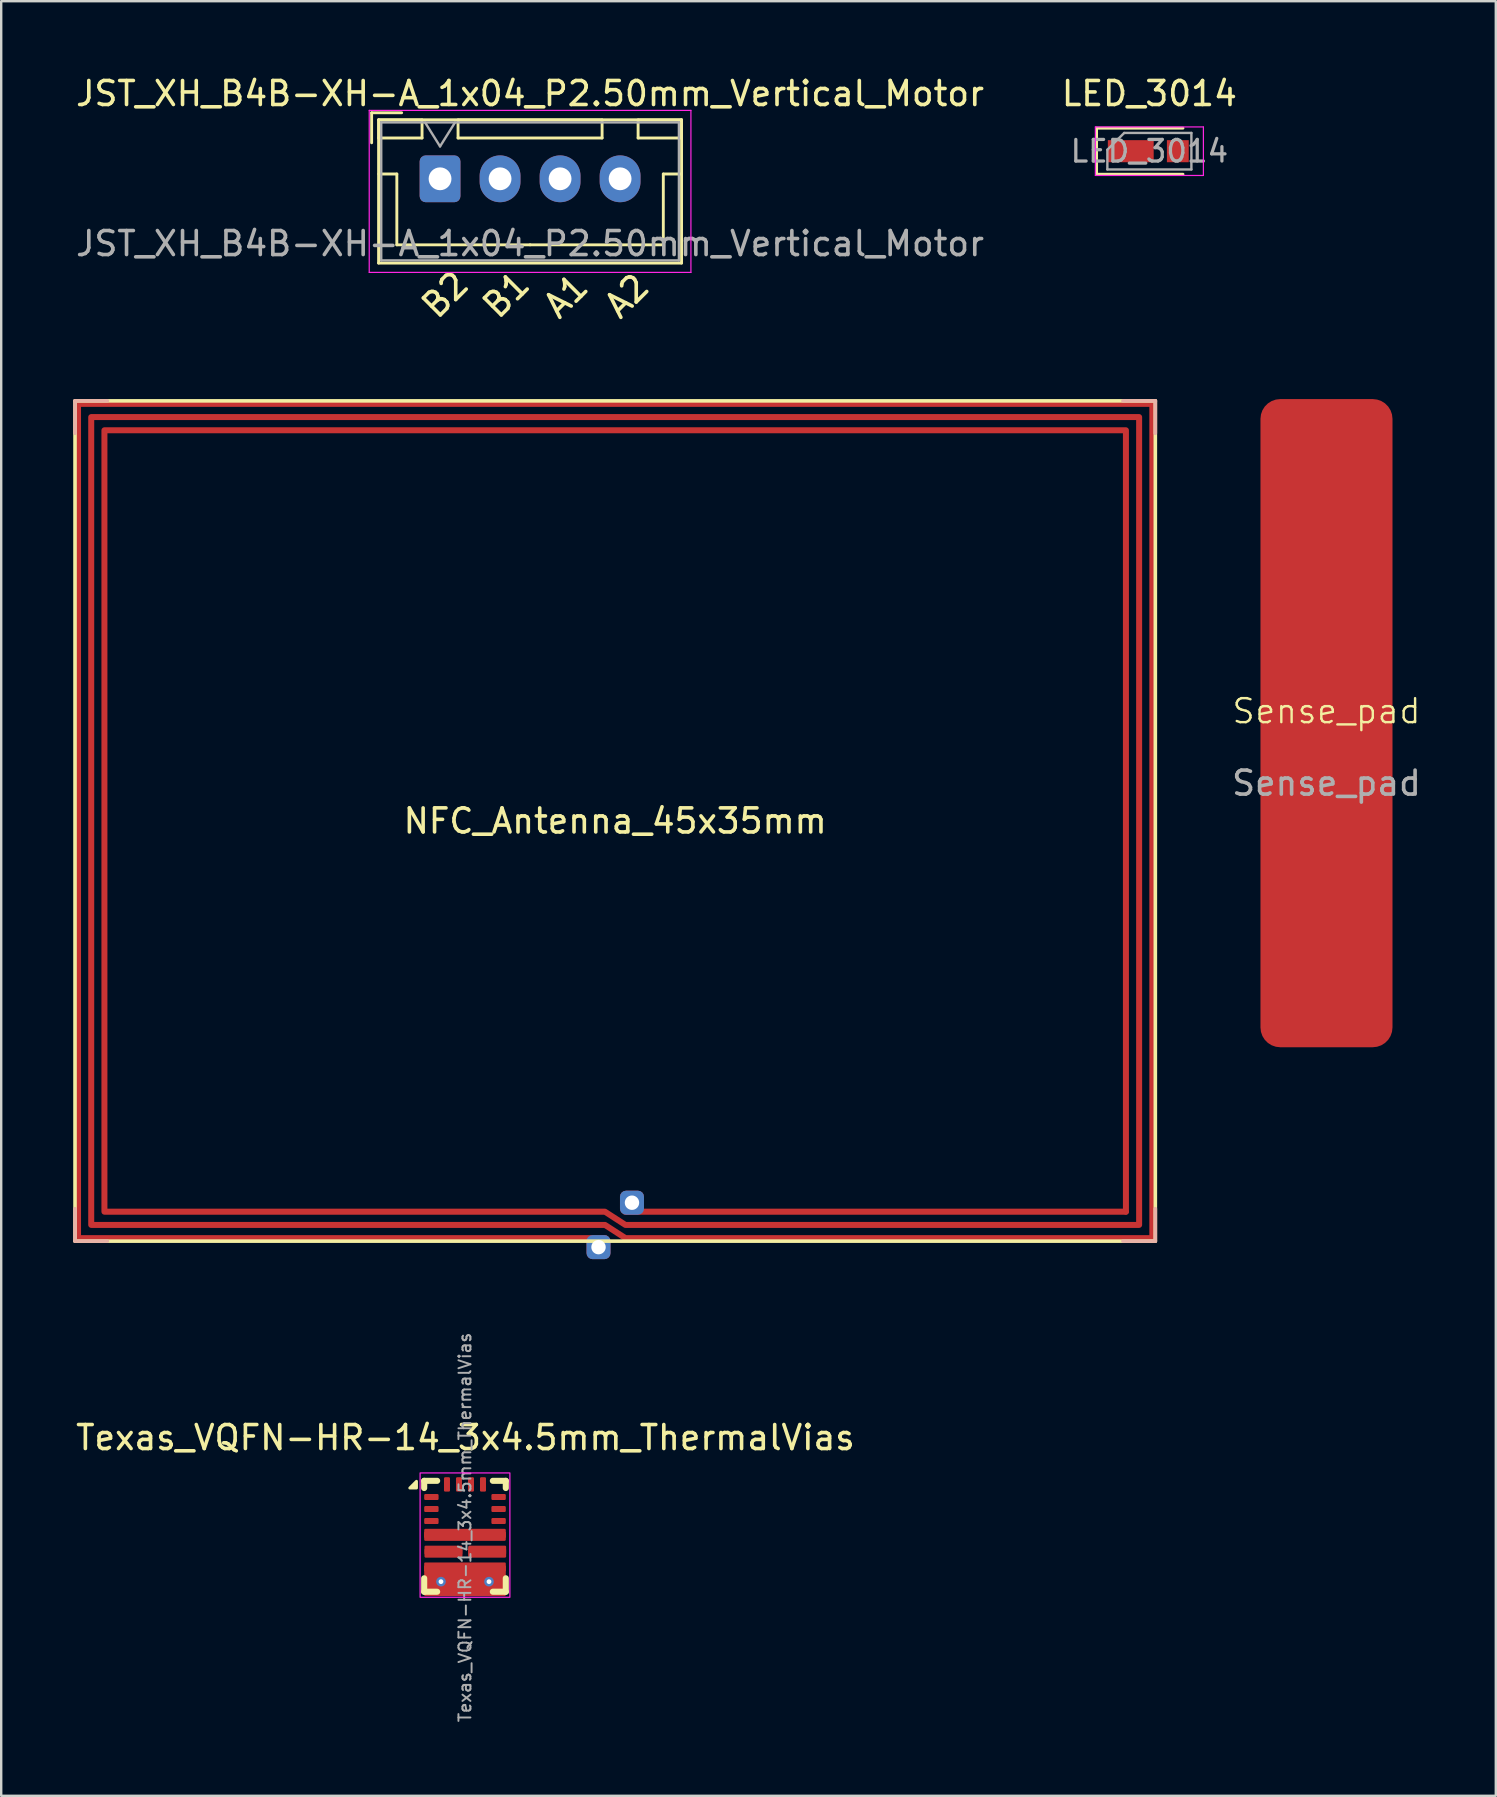
<source format=kicad_pcb>
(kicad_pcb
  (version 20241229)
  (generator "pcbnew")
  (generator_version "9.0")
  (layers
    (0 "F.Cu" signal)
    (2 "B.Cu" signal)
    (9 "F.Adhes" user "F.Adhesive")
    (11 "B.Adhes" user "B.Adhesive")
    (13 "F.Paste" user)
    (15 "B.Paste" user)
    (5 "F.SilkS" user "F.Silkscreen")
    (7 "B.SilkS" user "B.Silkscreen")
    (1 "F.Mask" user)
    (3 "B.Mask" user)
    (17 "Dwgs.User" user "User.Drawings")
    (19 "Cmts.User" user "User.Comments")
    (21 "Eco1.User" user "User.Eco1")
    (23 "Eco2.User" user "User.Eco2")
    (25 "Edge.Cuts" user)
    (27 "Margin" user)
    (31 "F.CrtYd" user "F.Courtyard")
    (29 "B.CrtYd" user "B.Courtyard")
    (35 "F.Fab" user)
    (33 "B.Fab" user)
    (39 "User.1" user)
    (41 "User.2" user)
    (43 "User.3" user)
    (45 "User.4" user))
  (footprint "JST_XH_B4B-XH-A_1x04_P2.50mm_Vertical_Motor"
    (layer "F.Cu")
    (at 15.28 4.398)
    (property "Reference" "JST_XH_B4B-XH-A_1x04_P2.50mm_Vertical_Motor" (at 3.75 -3.55 0) (layer "F.SilkS") (effects (font (size 1 1) (thickness 0.15))))
    (attr through_hole)
    (fp_line (start -2.85 -2.75) (end -2.85 -1.5) (stroke (width 0.12) (type solid)) (layer "F.SilkS"))
    (fp_line (start -2.56 -2.46) (end -2.56 3.51) (stroke (width 0.12) (type solid)) (layer "F.SilkS"))
    (fp_line (start -2.56 3.51) (end 10.06 3.51) (stroke (width 0.12) (type solid)) (layer "F.SilkS"))
    (fp_line (start -2.55 -2.45) (end -2.55 -1.7) (stroke (width 0.12) (type solid)) (layer "F.SilkS"))
    (fp_line (start -2.55 -1.7) (end -0.75 -1.7) (stroke (width 0.12) (type solid)) (layer "F.SilkS"))
    (fp_line (start -2.55 -0.2) (end -1.8 -0.2) (stroke (width 0.12) (type solid)) (layer "F.SilkS"))
    (fp_line (start -1.8 -0.2) (end -1.8 2.75) (stroke (width 0.12) (type solid)) (layer "F.SilkS"))
    (fp_line (start -1.8 2.75) (end 3.75 2.75) (stroke (width 0.12) (type solid)) (layer "F.SilkS"))
    (fp_line (start -1.6 -2.75) (end -2.85 -2.75) (stroke (width 0.12) (type solid)) (layer "F.SilkS"))
    (fp_line (start -0.75 -2.45) (end -2.55 -2.45) (stroke (width 0.12) (type solid)) (layer "F.SilkS"))
    (fp_line (start -0.75 -1.7) (end -0.75 -2.45) (stroke (width 0.12) (type solid)) (layer "F.SilkS"))
    (fp_line (start 0.75 -2.45) (end 0.75 -1.7) (stroke (width 0.12) (type solid)) (layer "F.SilkS"))
    (fp_line (start 0.75 -1.7) (end 6.75 -1.7) (stroke (width 0.12) (type solid)) (layer "F.SilkS"))
    (fp_line (start 6.75 -2.45) (end 0.75 -2.45) (stroke (width 0.12) (type solid)) (layer "F.SilkS"))
    (fp_line (start 6.75 -1.7) (end 6.75 -2.45) (stroke (width 0.12) (type solid)) (layer "F.SilkS"))
    (fp_line (start 8.25 -2.45) (end 8.25 -1.7) (stroke (width 0.12) (type solid)) (layer "F.SilkS"))
    (fp_line (start 8.25 -1.7) (end 10.05 -1.7) (stroke (width 0.12) (type solid)) (layer "F.SilkS"))
    (fp_line (start 9.3 -0.2) (end 9.3 2.75) (stroke (width 0.12) (type solid)) (layer "F.SilkS"))
    (fp_line (start 9.3 2.75) (end 3.75 2.75) (stroke (width 0.12) (type solid)) (layer "F.SilkS"))
    (fp_line (start 10.05 -2.45) (end 8.25 -2.45) (stroke (width 0.12) (type solid)) (layer "F.SilkS"))
    (fp_line (start 10.05 -1.7) (end 10.05 -2.45) (stroke (width 0.12) (type solid)) (layer "F.SilkS"))
    (fp_line (start 10.05 -0.2) (end 9.3 -0.2) (stroke (width 0.12) (type solid)) (layer "F.SilkS"))
    (fp_line (start 10.06 -2.46) (end -2.56 -2.46) (stroke (width 0.12) (type solid)) (layer "F.SilkS"))
    (fp_line (start 10.06 3.51) (end 10.06 -2.46) (stroke (width 0.12) (type solid)) (layer "F.SilkS"))
    (fp_line (start -2.95 -2.85) (end -2.95 3.9) (stroke (width 0.05) (type solid)) (layer "F.CrtYd"))
    (fp_line (start -2.95 3.9) (end 10.45 3.9) (stroke (width 0.05) (type solid)) (layer "F.CrtYd"))
    (fp_line (start 10.45 -2.85) (end -2.95 -2.85) (stroke (width 0.05) (type solid)) (layer "F.CrtYd"))
    (fp_line (start 10.45 3.9) (end 10.45 -2.85) (stroke (width 0.05) (type solid)) (layer "F.CrtYd"))
    (fp_line (start -2.45 -2.35) (end -2.45 3.4) (stroke (width 0.1) (type solid)) (layer "F.Fab"))
    (fp_line (start -2.45 3.4) (end 9.95 3.4) (stroke (width 0.1) (type solid)) (layer "F.Fab"))
    (fp_line (start -0.625 -2.35) (end 0 -1.35) (stroke (width 0.1) (type solid)) (layer "F.Fab"))
    (fp_line (start 0 -1.35) (end 0.625 -2.35) (stroke (width 0.1) (type solid)) (layer "F.Fab"))
    (fp_line (start 9.95 -2.35) (end -2.45 -2.35) (stroke (width 0.1) (type solid)) (layer "F.Fab"))
    (fp_line (start 9.95 3.4) (end 9.95 -2.35) (stroke (width 0.1) (type solid)) (layer "F.Fab"))
    (fp_text user "A1" (at 4.947 6 45) (unlocked yes) (layer "F.SilkS") (effects (font (size 1 1) (thickness 0.15)) (justify left bottom)))
    (fp_text user "B2" (at -0.133 6 45) (unlocked yes) (layer "F.SilkS") (effects (font (size 1 1) (thickness 0.15)) (justify left bottom)))
    (fp_text user "B1" (at 2.407 6 45) (unlocked yes) (layer "F.SilkS") (effects (font (size 1 1) (thickness 0.15)) (justify left bottom)))
    (fp_text user "A2" (at 7.487 6 45) (unlocked yes) (layer "F.SilkS") (effects (font (size 1 1) (thickness 0.15)) (justify left bottom)))
    (fp_text user "${REFERENCE}" (at 3.75 2.7 0) (layer "F.Fab") (effects (font (size 1 1) (thickness 0.15))))
    (pad "1" thru_hole roundrect (at 0 0) (size 1.7 1.95) (drill 0.95) (layers "*.Cu" "*.Mask") (roundrect_rratio 0.147))
    (pad "2" thru_hole oval (at 2.5 0) (size 1.7 1.95) (drill 0.95) (layers "*.Cu" "*.Mask"))
    (pad "3" thru_hole oval (at 5 0) (size 1.7 1.95) (drill 0.95) (layers "*.Cu" "*.Mask"))
    (pad "4" thru_hole oval (at 7.5 0) (size 1.7 1.95) (drill 0.95) (layers "*.Cu" "*.Mask")))
  (footprint "Texas_VQFN-HR-14_3x4.5mm_ThermalVias"
    (layer "F.Cu")
    (at 16.319 60.933)
    (property "Reference" "Texas_VQFN-HR-14_3x4.5mm_ThermalVias" (at 0.02 -4.1 0) (layer "F.SilkS") (effects (font (size 1 1) (thickness 0.15))))
    (attr smd)
    (fp_line (start -1.7 -2.3) (end -1.16 -2.3) (stroke (width 0.254) (type default)) (layer "F.SilkS"))
    (fp_line (start -1.7 -2) (end -1.7 -2.3) (stroke (width 0.254) (type default)) (layer "F.SilkS"))
    (fp_line (start -1.7 2.32) (end -1.7 1.76) (stroke (width 0.254) (type default)) (layer "F.SilkS"))
    (fp_line (start -1.16 2.32) (end -1.7 2.32) (stroke (width 0.254) (type default)) (layer "F.SilkS"))
    (fp_line (start 1.16 -2.3) (end 1.7 -2.3) (stroke (width 0.254) (type default)) (layer "F.SilkS"))
    (fp_line (start 1.7 -2.3) (end 1.7 -2) (stroke (width 0.254) (type default)) (layer "F.SilkS"))
    (fp_line (start 1.7 1.76) (end 1.7 2.32) (stroke (width 0.254) (type default)) (layer "F.SilkS"))
    (fp_line (start 1.7 2.32) (end 1.16 2.32) (stroke (width 0.254) (type default)) (layer "F.SilkS"))
    (fp_poly (pts (xy -2.02 -2) (xy -2.3 -2) (xy -2.02 -2.28) (xy -2.02 -2)) (stroke (width 0.12) (type solid)) (fill yes) (layer "F.SilkS"))
    (fp_rect (start -1.87 -2.628) (end 1.87 2.551) (stroke (width 0.05) (type default)) (fill no) (layer "F.CrtYd"))
    (fp_poly (pts (xy -1.543 -2.19) (xy -1.501 -2.208) (xy -1.483 -2.25) (xy -1.501 -2.292) (xy -1.543 -2.31) (xy -1.585 -2.292) (xy -1.603 -2.25) (xy -1.585 -2.208)) (stroke (width 0.1) (type default)) (fill no) (layer "User.3"))
    (fp_text user "${REFERENCE}" (at 0 -0.358 90) (layer "F.Fab") (effects (font (size 0.5 0.5) (thickness 0.08))))
    (pad "1" smd roundrect (at -1.4 -1.625 270) (size 0.25 0.6) (layers "F.Cu" "F.Mask" "F.Paste") (roundrect_rratio 0.2))
    (pad "2" smd roundrect (at -1.4 -1.125 270) (size 0.25 0.6) (layers "F.Cu" "F.Mask" "F.Paste") (roundrect_rratio 0.2))
    (pad "3" smd roundrect (at -1.4 -0.625 270) (size 0.25 0.6) (layers "F.Cu" "F.Mask" "F.Paste") (roundrect_rratio 0.2))
    (pad "4" smd roundrect (at -0.913 -0.05) (size 1.575 0.25) (layers "F.Cu" "F.Paste") (roundrect_rratio 0.2))
    (pad "4" smd roundrect (at -0.738 -0.05) (size 1.225 0.4) (layers "F.Cu" "F.Paste") (roundrect_rratio 0.125))
    (pad "4" smd roundrect (at 0 -0.05) (size 2.7 0.4) (layers "F.Cu" "F.Mask") (roundrect_rratio 0.125))
    (pad "4" smd roundrect (at 0 -0.05) (size 3.4 0.25) (layers "F.Cu" "F.Mask") (roundrect_rratio 0.2))
    (pad "4" smd roundrect (at 0 -0.05) (size 3.4 0.5) (layers "F.Cu") (roundrect_rratio 0.1))
    (pad "4" smd roundrect (at 0.738 -0.05) (size 1.225 0.4) (layers "F.Cu" "F.Paste") (roundrect_rratio 0.125))
    (pad "4" smd roundrect (at 0.913 -0.05) (size 1.575 0.25) (layers "F.Cu" "F.Paste") (roundrect_rratio 0.2))
    (pad "5" smd roundrect (at -0.9 0.65) (size 1.575 0.25) (layers "F.Cu" "F.Mask" "F.Paste") (roundrect_rratio 0.2))
    (pad "5" smd roundrect (at -0.9 0.65) (size 1.575 0.5) (layers "F.Cu") (roundrect_rratio 0.1))
    (pad "5" smd roundrect (at -0.725 0.65) (size 1.225 0.4) (layers "F.Cu" "F.Mask" "F.Paste") (roundrect_rratio 0.125))
    (pad "6" thru_hole circle (at -1 1.9) (size 0.4 0.4) (drill 0.2) (property pad_prop_heatsink) (layers "*.Cu"))
    (pad "6" smd roundrect (at -0.913 1.35) (size 1.575 0.25) (layers "F.Cu" "F.Paste") (roundrect_rratio 0.2))
    (pad "6" smd roundrect (at -0.75 1.8) (size 0.25 1.3) (layers "F.Cu" "F.Mask") (roundrect_rratio 0.2))
    (pad "6" smd roundrect (at -0.75 2.1) (size 0.25 0.7) (layers "F.Cu" "F.Paste") (roundrect_rratio 0.1))
    (pad "6" smd roundrect (at -0.738 1.35) (size 1.225 0.4) (layers "F.Cu" "F.Paste") (roundrect_rratio 0.1))
    (pad "6" smd roundrect (at -0.25 1.8) (size 0.25 1.3) (layers "F.Cu" "F.Mask") (roundrect_rratio 0.2))
    (pad "6" smd roundrect (at -0.25 2.1) (size 0.25 0.7) (layers "F.Cu" "F.Paste") (roundrect_rratio 0.1))
    (pad "6" smd roundrect (at 0 1.35) (size 2.7 0.4) (layers "F.Cu" "F.Mask") (roundrect_rratio 0.125))
    (pad "6" smd roundrect (at 0 1.35) (size 3.4 0.25) (layers "F.Cu" "F.Mask") (roundrect_rratio 0.25))
    (pad "6" smd roundrect (at 0 1.8) (size 3.4 1.4) (property pad_prop_heatsink) (layers "F.Cu") (roundrect_rratio 0.031))
    (pad "6" smd roundrect (at 0.25 1.8) (size 0.25 1.3) (layers "F.Cu" "F.Mask") (roundrect_rratio 0.2))
    (pad "6" smd roundrect (at 0.25 2.1) (size 0.25 0.7) (layers "F.Cu" "F.Paste") (roundrect_rratio 0.1))
    (pad "6" smd roundrect (at 0.738 1.35) (size 1.225 0.4) (layers "F.Cu" "F.Paste") (roundrect_rratio 0.1))
    (pad "6" smd roundrect (at 0.75 1.8) (size 0.25 1.3) (layers "F.Cu" "F.Mask") (roundrect_rratio 0.2))
    (pad "6" smd roundrect (at 0.75 2.1) (size 0.25 0.7) (layers "F.Cu" "F.Paste") (roundrect_rratio 0.1))
    (pad "6" smd roundrect (at 0.913 1.35) (size 1.575 0.25) (layers "F.Cu" "F.Paste") (roundrect_rratio 0.2))
    (pad "6" thru_hole circle (at 1 1.9) (size 0.4 0.4) (drill 0.2) (property pad_prop_heatsink) (layers "*.Cu"))
    (pad "7" smd roundrect (at 0.751 0.65) (size 1.225 0.4) (layers "F.Cu" "F.Mask" "F.Paste") (roundrect_rratio 0.125))
    (pad "7" smd roundrect (at 0.926 0.65) (size 1.575 0.25) (layers "F.Cu" "F.Mask" "F.Paste") (roundrect_rratio 0.2))
    (pad "7" smd roundrect (at 0.926 0.65) (size 1.575 0.5) (layers "F.Cu") (roundrect_rratio 0.1))
    (pad "8" smd roundrect (at 1.4 -0.625 270) (size 0.25 0.6) (layers "F.Cu" "F.Mask" "F.Paste") (roundrect_rratio 0.2))
    (pad "9" smd roundrect (at 1.4 -1.125 270) (size 0.25 0.6) (layers "F.Cu" "F.Mask" "F.Paste") (roundrect_rratio 0.2))
    (pad "10" smd roundrect (at 1.4 -1.625 270) (size 0.25 0.6) (layers "F.Cu" "F.Mask" "F.Paste") (roundrect_rratio 0.2))
    (pad "11" smd roundrect (at 0.75 -2.15 90) (size 0.6 0.25) (layers "F.Cu" "F.Mask" "F.Paste") (roundrect_rratio 0.2))
    (pad "12" smd roundrect (at 0.25 -2.15 90) (size 0.6 0.25) (layers "F.Cu" "F.Mask" "F.Paste") (roundrect_rratio 0.2))
    (pad "13" smd roundrect (at -0.25 -2.15 90) (size 0.6 0.25) (layers "F.Cu" "F.Mask" "F.Paste") (roundrect_rratio 0.2))
    (pad "14" smd roundrect (at -0.75 -2.15 90) (size 0.6 0.25) (layers "F.Cu" "F.Mask" "F.Paste") (roundrect_rratio 0.2)))
  (footprint "LED_3014"
    (layer "F.Cu")
    (at 44.827 3.248)
    (property "Reference" "LED_3014" (at 0 -2.4 0) (layer "F.SilkS") (effects (font (size 1 1) (thickness 0.15))))
    (attr smd)
    (fp_line (start -2.2 -0.96) (end -2.2 0.96) (stroke (width 0.12) (type solid)) (layer "F.SilkS"))
    (fp_line (start 1.4 -0.96) (end -2.2 -0.96) (stroke (width 0.12) (type solid)) (layer "F.SilkS"))
    (fp_line (start 1.4 0.96) (end -2.2 0.96) (stroke (width 0.12) (type solid)) (layer "F.SilkS"))
    (fp_line (start -2.25 -1.01) (end 2.25 -1.01) (stroke (width 0.05) (type solid)) (layer "F.CrtYd"))
    (fp_line (start -2.25 1.01) (end -2.25 -1.01) (stroke (width 0.05) (type solid)) (layer "F.CrtYd"))
    (fp_line (start 2.25 -1.01) (end 2.25 1.01) (stroke (width 0.05) (type solid)) (layer "F.CrtYd"))
    (fp_line (start 2.25 1.01) (end -2.25 1.01) (stroke (width 0.05) (type solid)) (layer "F.CrtYd"))
    (fp_line (start -1.75 0.76) (end -1.75 -0.06) (stroke (width 0.1) (type solid)) (layer "F.Fab"))
    (fp_line (start -1.05 -0.76) (end -1.75 -0.06) (stroke (width 0.1) (type solid)) (layer "F.Fab"))
    (fp_line (start -1.05 -0.76) (end 1.75 -0.76) (stroke (width 0.1) (type solid)) (layer "F.Fab"))
    (fp_line (start 1.75 -0.76) (end 1.75 0.76) (stroke (width 0.1) (type solid)) (layer "F.Fab"))
    (fp_line (start 1.75 0.76) (end -1.75 0.76) (stroke (width 0.1) (type solid)) (layer "F.Fab"))
    (fp_text user "${REFERENCE}" (at 0 0 0) (layer "F.Fab") (effects (font (size 0.9 0.9) (thickness 0.135))))
    (pad "1" smd rect (at -0.775 0) (size 1.91 0.92) (layers "F.Cu" "F.Mask" "F.Paste"))
    (pad "2" smd rect (at 1.185 0) (size 0.91 0.92) (layers "F.Cu" "F.Mask" "F.Paste")))
  (footprint "Sense_pad"
    (layer "F.Cu")
    (at 52.204 27.073)
    (property "Reference" "Sense_pad" (at 0 -0.5 0) (unlocked yes) (layer "F.SilkS") (effects (font (size 1 1) (thickness 0.1))))
    (attr smd)
    (fp_text user "${REFERENCE}" (at 0 2.5 0) (unlocked yes) (layer "F.Fab") (effects (font (size 1 1) (thickness 0.15))))
    (pad "1" smd roundrect (at 0 0) (size 5.5 27) (layers "F.Cu") (roundrect_rratio 0.15)))
  (footprint "NFC_Antenna_45x35mm"
    (layer "F.Cu")
    (at 22.575 31.148)
    (property "Reference" "NFC_Antenna_45x35mm" (at 0 0 0) (layer "F.SilkS") (effects (font (size 1 1) (thickness 0.15))))
    (attr through_hole)
    (fp_line (start -22.5 -17.5) (end 22.5 -17.5) (stroke (width 0.15) (type solid)) (layer "F.SilkS"))
    (fp_line (start -22.5 17.5) (end -22.5 -17.5) (stroke (width 0.15) (type solid)) (layer "F.SilkS"))
    (fp_line (start 22.5 -17.5) (end 22.5 17.5) (stroke (width 0.15) (type solid)) (layer "F.SilkS"))
    (fp_line (start 22.5 17.5) (end -22.5 17.5) (stroke (width 0.15) (type solid)) (layer "F.SilkS"))
    (fp_line (start -22.5 -17.5) (end -22.5 -16.15) (stroke (width 0.15) (type solid)) (layer "B.SilkS"))
    (fp_line (start -22.5 -17.5) (end -21.15 -17.5) (stroke (width 0.15) (type solid)) (layer "B.SilkS"))
    (fp_line (start -22.5 17.5) (end -22.5 16.15) (stroke (width 0.15) (type solid)) (layer "B.SilkS"))
    (fp_line (start -22.5 17.5) (end -21.15 17.5) (stroke (width 0.15) (type solid)) (layer "B.SilkS"))
    (fp_line (start 22.5 -17.5) (end 21.15 -17.5) (stroke (width 0.15) (type solid)) (layer "B.SilkS"))
    (fp_line (start 22.5 -17.5) (end 22.5 -16.15) (stroke (width 0.15) (type solid)) (layer "B.SilkS"))
    (fp_line (start 22.5 17.5) (end 21.15 17.5) (stroke (width 0.15) (type solid)) (layer "B.SilkS"))
    (fp_line (start 22.5 17.5) (end 22.5 16.15) (stroke (width 0.15) (type solid)) (layer "B.SilkS"))
    (pad "1" thru_hole roundrect (at -0.694 17.751) (size 1 1) (drill 0.6) (layers "*.Cu" "*.Mask") (roundrect_rratio 0.25))
    (pad "1" smd custom (at -0.426 17.375) (size 0.25 0.25) (layers "F.Cu") (options (anchor circle)) (primitives (gr_line (start 0 0) (end -21.949 0) (width 0.25)) (gr_line (start -21.949 0) (end -21.949 -34.75) (width 0.25)) (gr_line (start -21.949 -34.75) (end 22.801 -34.75) (width 0.25)) (gr_line (start 22.801 -34.75) (end 22.801 0) (width 0.25)) (gr_line (start 22.801 0) (end 0.852 0) (width 0.25)) (gr_line (start 0.852 0) (end 0 -0.55) (width 0.25)) (gr_line (start 0 -0.55) (end -21.399 -0.55) (width 0.25)) (gr_line (start -21.399 -0.55) (end -21.399 -34.2) (width 0.25)) (gr_line (start -21.399 -34.2) (end 22.251 -34.2) (width 0.25)) (gr_line (start 22.251 -34.2) (end 22.251 -0.55) (width 0.25)) (gr_line (start 22.251 -0.55) (end 0.852 -0.55) (width 0.25)) (gr_line (start 0.852 -0.55) (end 0 -1.1) (width 0.25)) (gr_line (start 0 -1.1) (end -20.849 -1.1) (width 0.25)) (gr_line (start -20.849 -1.1) (end -20.849 -33.65) (width 0.25)) (gr_line (start -20.849 -33.65) (end 21.701 -33.65) (width 0.25)) (gr_line (start 21.701 -33.65) (end 21.701 -1.1) (width 0.25))))
    (pad "2" smd custom (at 0.426 16.275) (size 0.25 0.25) (layers "F.Cu") (options (anchor circle)) (primitives (gr_line (start 0 0) (end 20.849 0) (width 0.25))))
    (pad "2" thru_hole roundrect (at 0.7 15.9) (size 1 1) (drill 0.6) (layers "*.Cu" "*.Mask") (roundrect_rratio 0.25)))
  (gr_rect
    (start -3 -3)
    (end 59.257 71.753)
    (stroke (width 0.1) (type default))
    (fill no)
    (layer "Edge.Cuts")))
</source>
